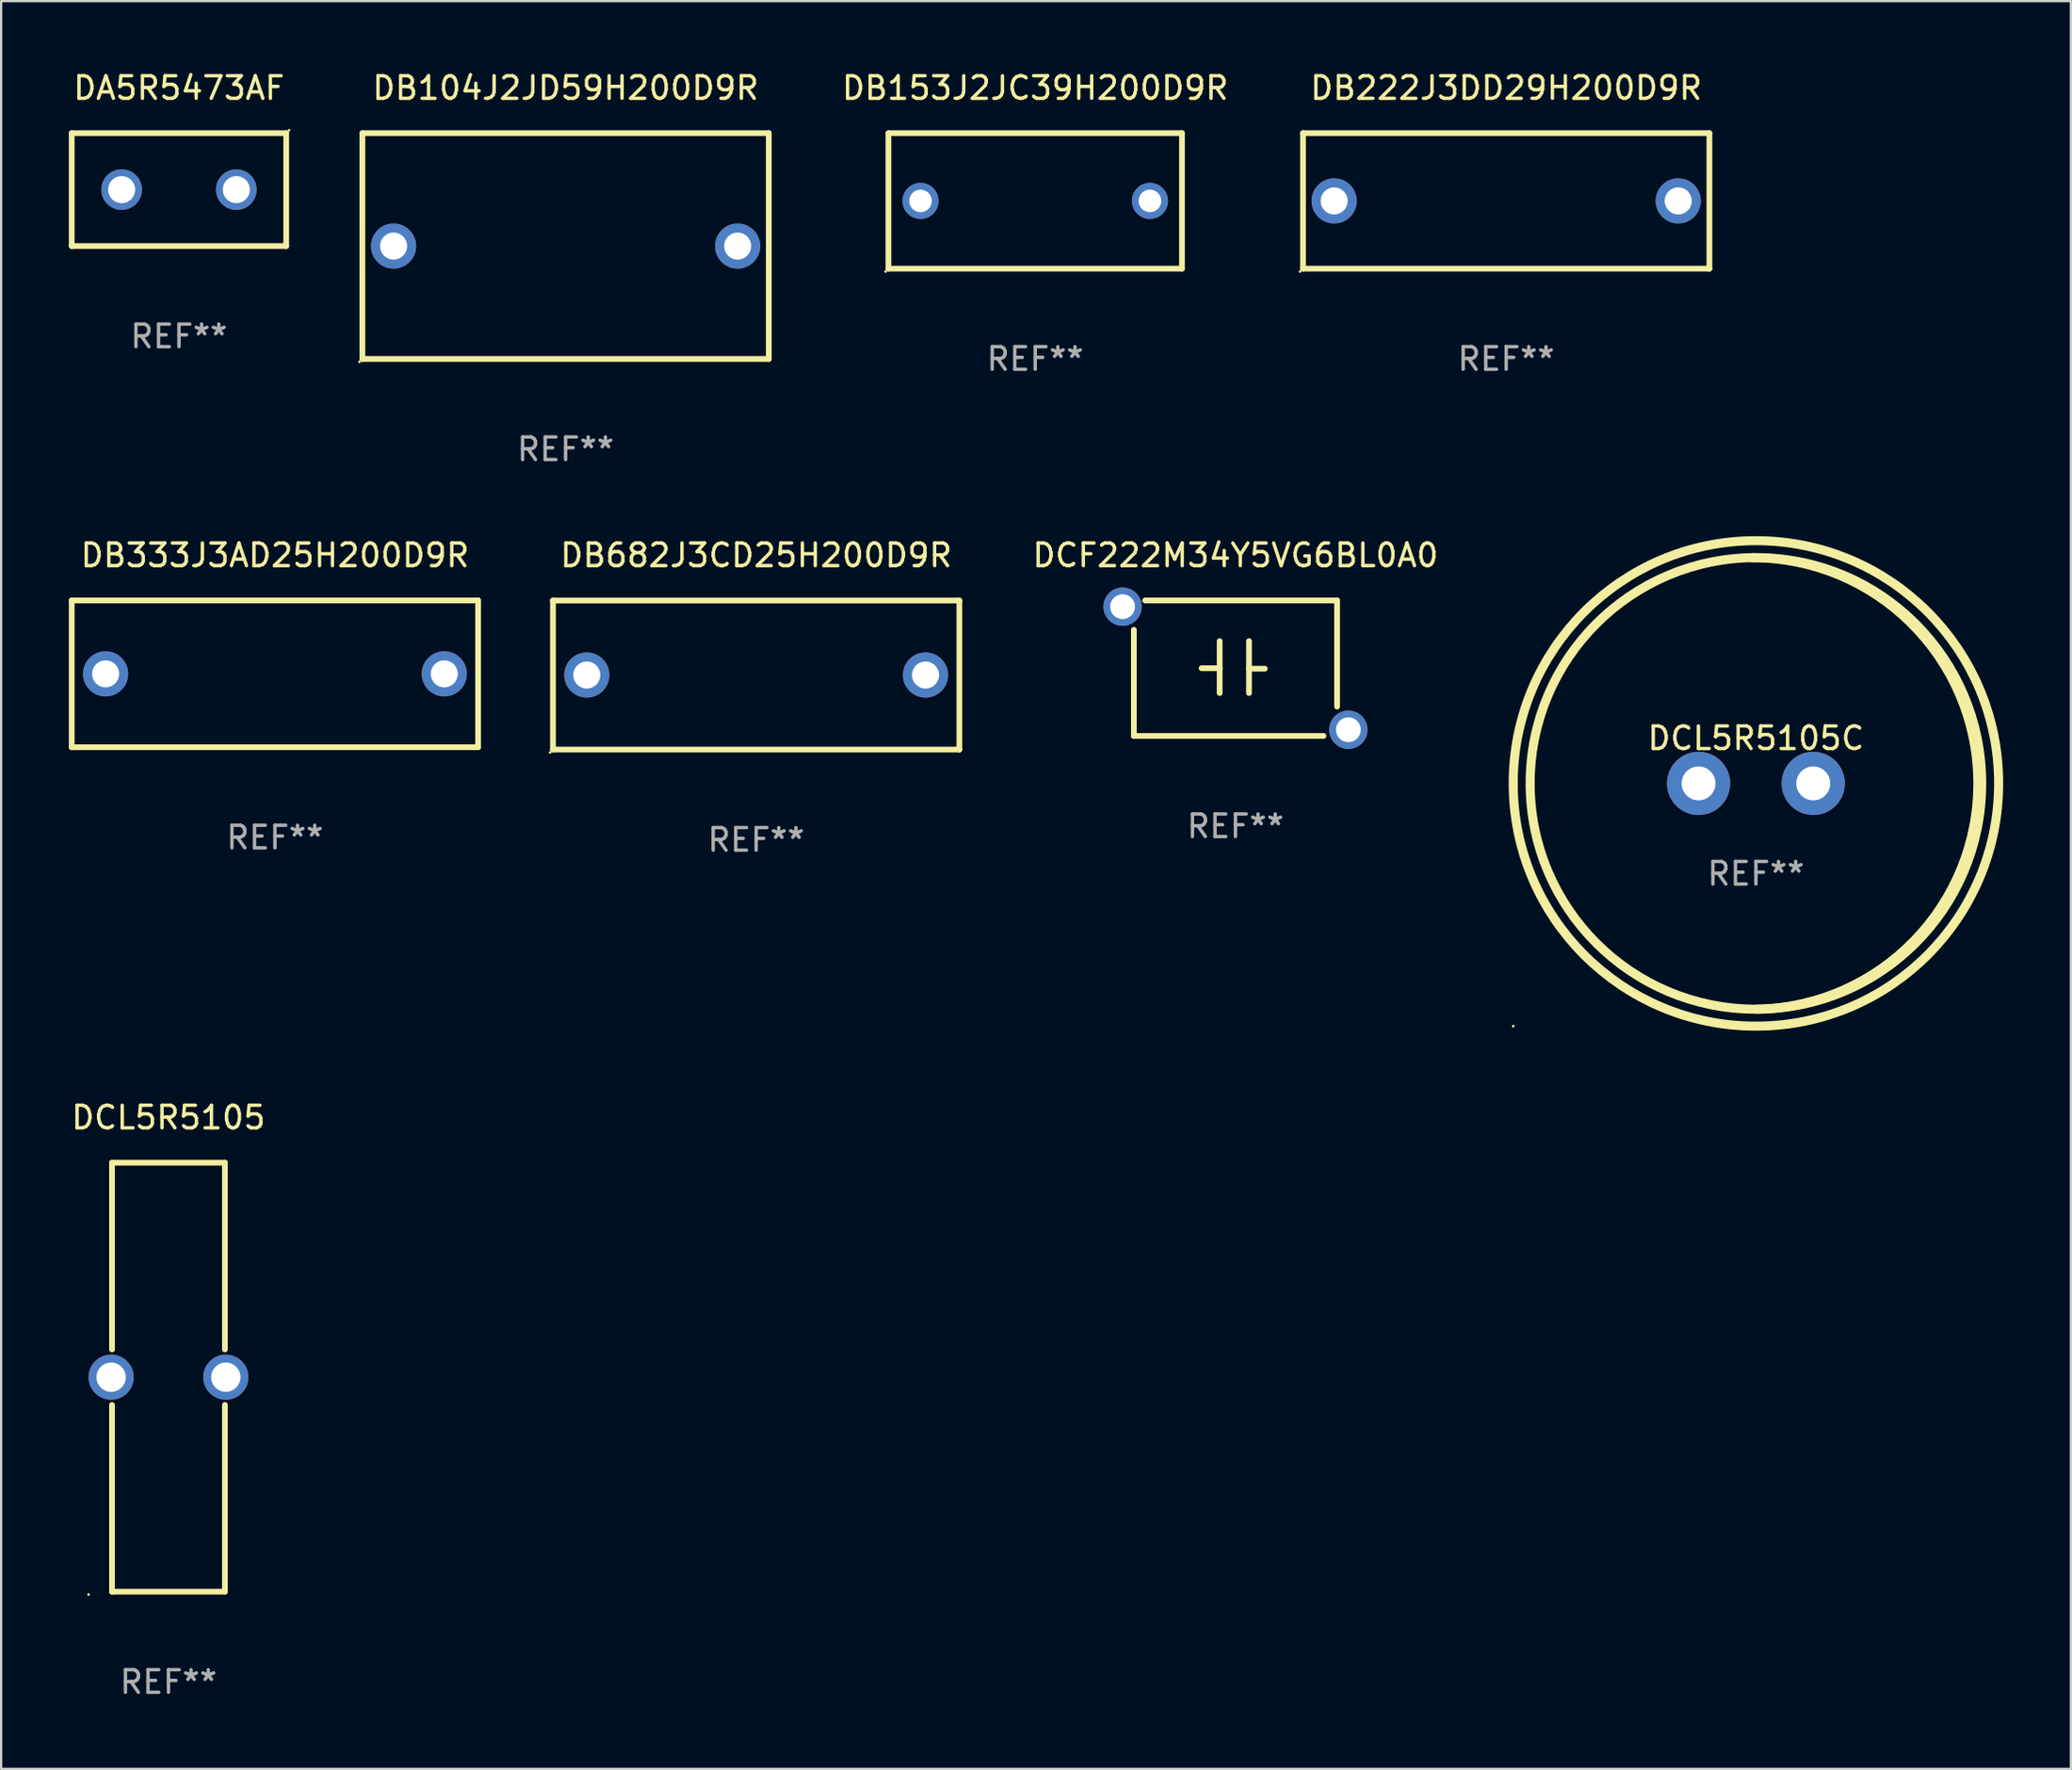
<source format=kicad_pcb>
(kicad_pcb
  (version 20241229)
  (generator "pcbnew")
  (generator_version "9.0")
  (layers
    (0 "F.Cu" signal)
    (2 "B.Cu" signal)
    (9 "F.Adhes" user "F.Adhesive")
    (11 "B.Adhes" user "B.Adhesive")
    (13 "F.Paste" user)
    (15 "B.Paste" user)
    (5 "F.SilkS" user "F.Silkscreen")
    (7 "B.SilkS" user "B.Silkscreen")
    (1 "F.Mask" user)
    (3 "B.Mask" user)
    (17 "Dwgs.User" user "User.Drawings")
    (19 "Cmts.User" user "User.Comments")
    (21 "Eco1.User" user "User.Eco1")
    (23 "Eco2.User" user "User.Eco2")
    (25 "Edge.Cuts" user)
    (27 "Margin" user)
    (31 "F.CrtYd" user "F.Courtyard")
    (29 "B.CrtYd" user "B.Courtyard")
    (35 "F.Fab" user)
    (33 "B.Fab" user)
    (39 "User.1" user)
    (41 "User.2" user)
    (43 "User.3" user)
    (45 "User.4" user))
  (footprint "DB333J3AD25H200D9R"
    (layer "F.Cu")
    (at 9.127 26.795)
    (property "Reference" "DB333J3AD25H200D9R" (at 0 -5.25 0) (layer "F.SilkS") (effects (font (size 1 1) (thickness 0.15))))
    (attr through_hole)
    (fp_line (start -9 -3.25) (end 9 -3.25) (stroke (width 0.254) (type solid)) (layer "F.SilkS"))
    (fp_line (start -9 3.25) (end -9 -3.25) (stroke (width 0.254) (type solid)) (layer "F.SilkS"))
    (fp_line (start 9 -3.25) (end 9 3.25) (stroke (width 0.254) (type solid)) (layer "F.SilkS"))
    (fp_line (start 9 3.25) (end -9 3.25) (stroke (width 0.254) (type solid)) (layer "F.SilkS"))
    (fp_circle (center -9 3.25) (end -8.97 3.25) (stroke (width 0.06) (type solid)) (fill no) (layer "F.SilkS"))
    (fp_text user "REF**" (at 0 7.25 0) (layer "F.Fab") (effects (font (size 1 1) (thickness 0.15))))
    (pad "1" thru_hole circle (at -7.5 0) (size 2 2) (drill 1.2) (layers "*.Cu" "*.Mask"))
    (pad "2" thru_hole circle (at 7.5 0) (size 2 2) (drill 1.2) (layers "*.Cu" "*.Mask")))
  (footprint "DB682J3CD25H200D9R"
    (layer "F.Cu")
    (at 30.441 26.847)
    (property "Reference" "DB682J3CD25H200D9R" (at 0 -5.302 0) (layer "F.SilkS") (effects (font (size 1 1) (thickness 0.15))))
    (attr through_hole)
    (fp_line (start -9 -3.302) (end -9 3.3) (stroke (width 0.254) (type solid)) (layer "F.SilkS"))
    (fp_line (start -9 -3.3) (end 9 -3.3) (stroke (width 0.254) (type solid)) (layer "F.SilkS"))
    (fp_line (start 9 3.3) (end -9 3.3) (stroke (width 0.254) (type solid)) (layer "F.SilkS"))
    (fp_line (start 9 3.302) (end 9 -3.3) (stroke (width 0.254) (type solid)) (layer "F.SilkS"))
    (fp_circle (center -9.127 3.429) (end -9.097 3.429) (stroke (width 0.06) (type solid)) (fill no) (layer "F.SilkS"))
    (fp_text user "REF**" (at 0 7.302 0) (layer "F.Fab") (effects (font (size 1 1) (thickness 0.15))))
    (pad "1" thru_hole circle (at -7.501 0) (size 2 2) (drill 1.2) (layers "*.Cu" "*.Mask"))
    (pad "2" thru_hole circle (at 7.501 0) (size 2 2) (drill 1.2) (layers "*.Cu" "*.Mask")))
  (footprint "DCL5R5105"
    (layer "F.Cu")
    (at 4.411 57.945)
    (property "Reference" "DCL5R5105" (at 0 -11.5 0) (layer "F.SilkS") (effects (font (size 1 1) (thickness 0.15))))
    (attr through_hole)
    (fp_line (start -2.5 -9.5) (end 2.5 -9.5) (stroke (width 0.254) (type solid)) (layer "F.SilkS"))
    (fp_line (start -2.5 -1.23) (end -2.5 -9.5) (stroke (width 0.254) (type solid)) (layer "F.SilkS"))
    (fp_line (start -2.5 9.5) (end -2.5 1.23) (stroke (width 0.254) (type solid)) (layer "F.SilkS"))
    (fp_line (start 2.5 -9.5) (end 2.5 -1.23) (stroke (width 0.254) (type solid)) (layer "F.SilkS"))
    (fp_line (start 2.5 1.23) (end 2.5 9.5) (stroke (width 0.254) (type solid)) (layer "F.SilkS"))
    (fp_line (start 2.5 9.5) (end -2.5 9.5) (stroke (width 0.254) (type solid)) (layer "F.SilkS"))
    (fp_circle (center -3.54 9.627) (end -3.51 9.627) (stroke (width 0.06) (type solid)) (fill no) (layer "F.SilkS"))
    (fp_text user "+" (at -2.286 -1.709 0) (layer "B.Mask") (effects (font (size 1 1) (thickness 0.15))))
    (fp_text user "REF**" (at 0 13.5 0) (layer "F.Fab") (effects (font (size 1 1) (thickness 0.15))))
    (pad "1" thru_hole circle (at -2.54 0) (size 2 2) (drill 1.3) (layers "*.Cu" "*.Mask"))
    (pad "2" thru_hole circle (at 2.54 0) (size 2 2) (drill 1.3) (layers "*.Cu" "*.Mask")))
  (footprint "DCF222M34Y5VG6BL0A0"
    (layer "F.Cu")
    (at 51.669 26.545)
    (property "Reference" "DCF222M34Y5VG6BL0A0" (at 0 -5 0) (layer "F.SilkS") (effects (font (size 1 1) (thickness 0.15))))
    (attr through_hole)
    (fp_line (start -4.5 -1.7) (end -4.5 3) (stroke (width 0.254) (type solid)) (layer "F.SilkS"))
    (fp_line (start -4.5 3) (end 3.9 3) (stroke (width 0.254) (type solid)) (layer "F.SilkS"))
    (fp_line (start -4 -3) (end 4.5 -3) (stroke (width 0.254) (type solid)) (layer "F.SilkS"))
    (fp_line (start -1.5 0) (end -0.7 0) (stroke (width 0.254) (type solid)) (layer "F.SilkS"))
    (fp_line (start -0.7 -1.2) (end -0.7 1.1) (stroke (width 0.254) (type solid)) (layer "F.SilkS"))
    (fp_line (start -0.7 0) (end -0.7 0.035) (stroke (width 0.254) (type solid)) (layer "F.SilkS"))
    (fp_line (start 0.6 0.022) (end 1.3 0.022) (stroke (width 0.254) (type solid)) (layer "F.SilkS"))
    (fp_line (start 0.6 -1.2) (end 0.6 1.1) (stroke (width 0.254) (type solid)) (layer "F.SilkS"))
    (fp_line (start 4.5 -3) (end 4.5 1.7) (stroke (width 0.254) (type solid)) (layer "F.SilkS"))
    (fp_circle (center -5.275 -3.002) (end -5.245 -3.002) (stroke (width 0.06) (type solid)) (fill no) (layer "F.SilkS"))
    (fp_text user "REF**" (at 0 7 0) (layer "F.Fab") (effects (font (size 1 1) (thickness 0.15))))
    (pad "1" thru_hole circle (at -5 -2.725) (size 1.7 1.7) (drill 1.1) (layers "*.Cu" "*.Mask"))
    (pad "2" thru_hole circle (at 5 2.725) (size 1.7 1.7) (drill 1.1) (layers "*.Cu" "*.Mask")))
  (footprint "DB104J2JD59H200D9R"
    (layer "F.Cu")
    (at 22.001 7.848)
    (property "Reference" "DB104J2JD59H200D9R" (at 0 -7 0) (layer "F.SilkS") (effects (font (size 1 1) (thickness 0.15))))
    (attr through_hole)
    (fp_line (start -9 -5) (end 9 -5) (stroke (width 0.254) (type solid)) (layer "F.SilkS"))
    (fp_line (start -9 5) (end -9 -5) (stroke (width 0.254) (type solid)) (layer "F.SilkS"))
    (fp_line (start 9 -5) (end 9 5) (stroke (width 0.254) (type solid)) (layer "F.SilkS"))
    (fp_line (start 9 5) (end -9 5) (stroke (width 0.254) (type solid)) (layer "F.SilkS"))
    (fp_circle (center -9.127 5.127) (end -9.097 5.127) (stroke (width 0.06) (type solid)) (fill no) (layer "F.SilkS"))
    (fp_text user "REF**" (at 0 9 0) (layer "F.Fab") (effects (font (size 1 1) (thickness 0.15))))
    (pad "1" thru_hole circle (at -7.62 0) (size 2 2) (drill 1.2) (layers "*.Cu" "*.Mask"))
    (pad "2" thru_hole circle (at 7.62 0) (size 2 2) (drill 1.2) (layers "*.Cu" "*.Mask")))
  (footprint "DB222J3DD29H200D9R"
    (layer "F.Cu")
    (at 63.66 5.848)
    (property "Reference" "DB222J3DD29H200D9R" (at 0 -5 0) (layer "F.SilkS") (effects (font (size 1 1) (thickness 0.15))))
    (attr through_hole)
    (fp_line (start -9 -3) (end 9 -3) (stroke (width 0.254) (type solid)) (layer "F.SilkS"))
    (fp_line (start -9 3) (end -9 -3) (stroke (width 0.254) (type solid)) (layer "F.SilkS"))
    (fp_line (start 9 -3) (end 9 3) (stroke (width 0.254) (type solid)) (layer "F.SilkS"))
    (fp_line (start 9 3) (end -9 3) (stroke (width 0.254) (type solid)) (layer "F.SilkS"))
    (fp_circle (center -9.127 3.127) (end -9.097 3.127) (stroke (width 0.06) (type solid)) (fill no) (layer "F.SilkS"))
    (fp_text user "REF**" (at 0 7 0) (layer "F.Fab") (effects (font (size 1 1) (thickness 0.15))))
    (pad "1" thru_hole circle (at -7.62 0) (size 2 2) (drill 1.2) (layers "*.Cu" "*.Mask"))
    (pad "2" thru_hole circle (at 7.62 0) (size 2 2) (drill 1.2) (layers "*.Cu" "*.Mask")))
  (footprint "DCL5R5105C"
    (layer "F.Cu")
    (at 74.721 31.647)
    (property "Reference" "DCL5R5105C" (at 0 -2 0) (layer "F.SilkS") (effects (font (size 1 1) (thickness 0.15))))
    (attr through_hole)
    (fp_arc (start -0.16792 -9.997307) (mid 9.831339 -0.098201) (end 0.034442 10.001219) (stroke (width 0.4) (type solid)) (layer "F.SilkS"))
    (fp_circle (center -10.75 10.75) (end -10.72 10.75) (stroke (width 0.06) (type solid)) (fill no) (layer "F.SilkS"))
    (fp_circle (center 0 0) (end 10 0) (stroke (width 0.4) (type solid)) (fill no) (layer "F.SilkS"))
    (fp_circle (center 0 0) (end 10.75 0) (stroke (width 0.4) (type solid)) (fill no) (layer "F.SilkS"))
    (fp_text user "+" (at -8.516 0.025 0) (layer "B.Mask") (effects (font (size 1 1) (thickness 0.15))))
    (fp_text user "REF**" (at 0 4 0) (layer "F.Fab") (effects (font (size 1 1) (thickness 0.15))))
    (pad "1" thru_hole circle (at -2.54 0) (size 2.8 2.8) (drill 1.5) (layers "*.Cu" "*.Mask"))
    (pad "2" thru_hole circle (at 2.54 0) (size 2.8 2.8) (drill 1.5) (layers "*.Cu" "*.Mask")))
  (footprint "DA5R5473AF"
    (layer "F.Cu")
    (at 4.877 5.348)
    (property "Reference" "DA5R5473AF" (at 0 -4.5 0) (layer "F.SilkS") (effects (font (size 1 1) (thickness 0.15))))
    (attr through_hole)
    (fp_line (start -4.75 -2.5) (end 4.75 -2.5) (stroke (width 0.254) (type solid)) (layer "F.SilkS"))
    (fp_line (start -4.75 2.5) (end -4.75 -2.5) (stroke (width 0.254) (type solid)) (layer "F.SilkS"))
    (fp_line (start 4.75 -2.5) (end 4.75 2.5) (stroke (width 0.254) (type solid)) (layer "F.SilkS"))
    (fp_line (start 4.75 2.5) (end -4.75 2.5) (stroke (width 0.254) (type solid)) (layer "F.SilkS"))
    (fp_circle (center 4.877 -2.627) (end 4.907 -2.627) (stroke (width 0.06) (type solid)) (fill no) (layer "F.SilkS"))
    (fp_text user "-" (at -3.556 1.778 0) (layer "B.Mask") (effects (font (size 1 1) (thickness 0.15))))
    (fp_text user "+" (at 2.794 1.524 0) (layer "B.Mask") (effects (font (size 1 1) (thickness 0.15))))
    (fp_text user "REF**" (at 0 6.5 0) (layer "F.Fab") (effects (font (size 1 1) (thickness 0.15))))
    (pad "1" thru_hole circle (at 2.54 0) (size 1.8 1.8) (drill 1.2) (layers "*.Cu" "*.Mask"))
    (pad "2" thru_hole circle (at -2.54 0) (size 1.8 1.8) (drill 1.2) (layers "*.Cu" "*.Mask")))
  (footprint "DB153J2JC39H200D9R"
    (layer "F.Cu")
    (at 42.801 5.848)
    (property "Reference" "DB153J2JC39H200D9R" (at 0 -5 0) (layer "F.SilkS") (effects (font (size 1 1) (thickness 0.15))))
    (attr through_hole)
    (fp_line (start -6.5 -3) (end 6.5 -3) (stroke (width 0.254) (type solid)) (layer "F.SilkS"))
    (fp_line (start -6.5 3) (end -6.5 -3) (stroke (width 0.254) (type solid)) (layer "F.SilkS"))
    (fp_line (start 6.5 -3) (end 6.5 3) (stroke (width 0.254) (type solid)) (layer "F.SilkS"))
    (fp_line (start 6.5 3) (end -6.5 3) (stroke (width 0.254) (type solid)) (layer "F.SilkS"))
    (fp_circle (center -6.627 3.127) (end -6.597 3.127) (stroke (width 0.06) (type solid)) (fill no) (layer "F.SilkS"))
    (fp_text user "REF**" (at 0 7 0) (layer "F.Fab") (effects (font (size 1 1) (thickness 0.15))))
    (pad "1" thru_hole circle (at -5.08 0) (size 1.6 1.6) (drill 1) (layers "*.Cu" "*.Mask"))
    (pad "2" thru_hole circle (at 5.08 0) (size 1.6 1.6) (drill 1) (layers "*.Cu" "*.Mask")))
  (gr_rect
    (start -3 -3)
    (end 88.671 75.293)
    (stroke (width 0.1) (type default))
    (fill no)
    (layer "Edge.Cuts")))
</source>
